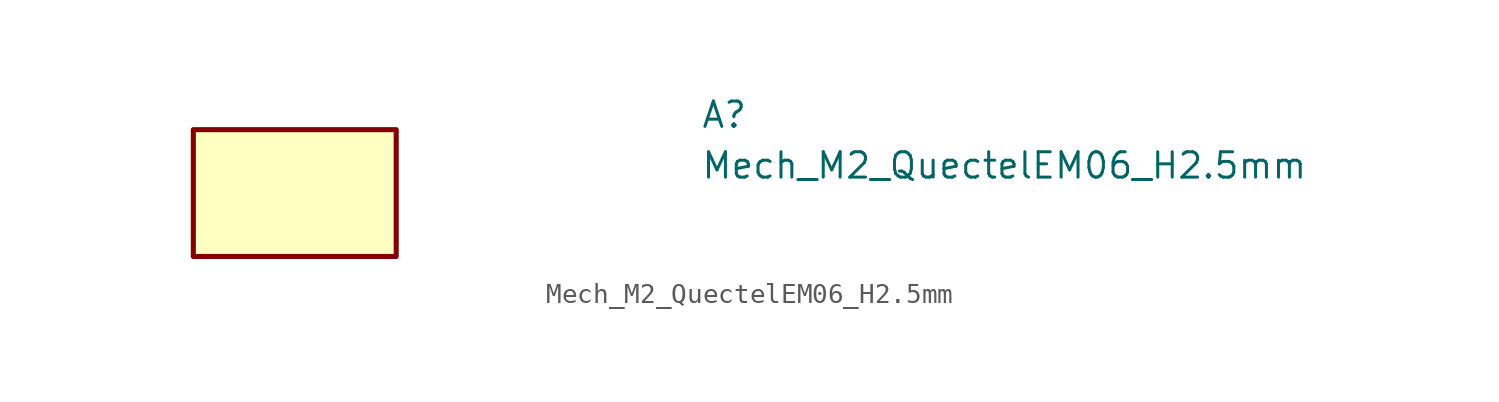
<source format=kicad_sym>
(kicad_symbol_lib
  (version 20211014)
  (generator kicad_symbol_editor)
  (symbol "Mech_M2_QuectelEM06_H2.5mm"
    (property "Reference" "A"
      (at 25.4 0 0)
      (effects (font (size 1.27 1.27) (thickness 0.15)) (justify left bottom)))
    (property "Value" "Mech_M2_QuectelEM06_H2.5mm"
      (at 25.4 -2.54 0)
      (effects (font (size 1.27 1.27) (thickness 0.15)) (justify left bottom)))
    (symbol "Mech_M2_QuectelEM06_H2.5mm_1_1"
      (rectangle (start 10.16 -6.35) (end 0 0) (stroke (width 0.254) (type default) (color 0 0 0 0)) (fill (type background))))))
</source>
